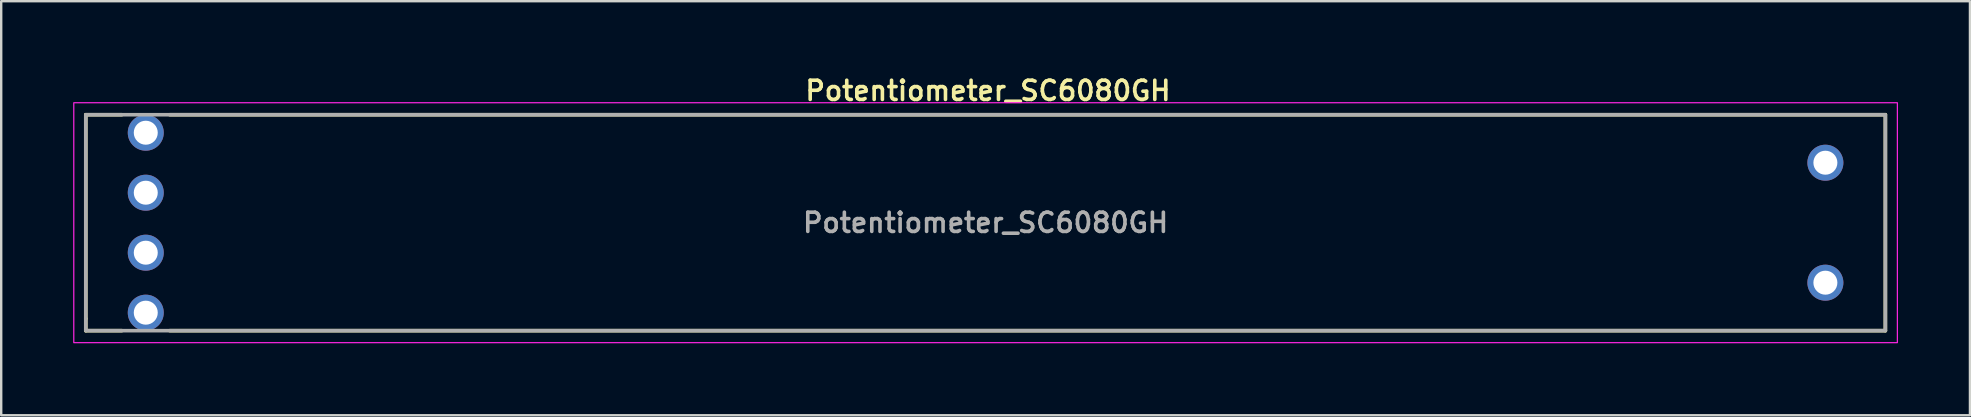
<source format=kicad_pcb>
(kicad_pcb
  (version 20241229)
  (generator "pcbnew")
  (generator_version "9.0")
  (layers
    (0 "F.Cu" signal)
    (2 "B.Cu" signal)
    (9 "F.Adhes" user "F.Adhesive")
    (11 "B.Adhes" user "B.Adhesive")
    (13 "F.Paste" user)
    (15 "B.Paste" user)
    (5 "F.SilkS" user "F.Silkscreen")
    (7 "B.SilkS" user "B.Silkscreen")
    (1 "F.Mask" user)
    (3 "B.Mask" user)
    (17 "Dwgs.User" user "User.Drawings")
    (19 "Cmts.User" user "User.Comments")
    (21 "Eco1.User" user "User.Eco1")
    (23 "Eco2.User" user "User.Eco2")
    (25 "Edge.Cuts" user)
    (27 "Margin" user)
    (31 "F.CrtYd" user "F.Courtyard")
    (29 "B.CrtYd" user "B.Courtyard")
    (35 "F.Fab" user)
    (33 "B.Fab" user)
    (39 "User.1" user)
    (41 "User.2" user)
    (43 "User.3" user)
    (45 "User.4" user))
  (footprint "Potentiometer_SC6080GH"
    (layer "F.Cu")
    (at 38.025 6.231)
    (property "Reference" "Potentiometer_SC6080GH" (at 0.1 -5.5 0) (unlocked yes) (layer "F.SilkS") (effects (font (size 0.8 0.8) (thickness 0.15) (bold yes))))
    (attr through_hole)
    (fp_line (start -37.5 -4.5) (end -37.5 4) (stroke (width 0.15) (type default)) (layer "F.SilkS"))
    (fp_line (start -37.5 4) (end -37.5 4.5) (stroke (width 0.15) (type default)) (layer "F.SilkS"))
    (fp_line (start -37.5 4.5) (end -36 4.5) (stroke (width 0.15) (type default)) (layer "F.SilkS"))
    (fp_line (start -36 -4.5) (end -37.5 -4.5) (stroke (width 0.15) (type default)) (layer "F.SilkS"))
    (fp_line (start -34 4.5) (end 37.5 4.5) (stroke (width 0.15) (type default)) (layer "F.SilkS"))
    (fp_line (start 37.5 -4.5) (end -34 -4.5) (stroke (width 0.15) (type default)) (layer "F.SilkS"))
    (fp_line (start 37.5 4.5) (end 37.5 -4.5) (stroke (width 0.15) (type default)) (layer "F.SilkS"))
    (fp_rect (start -38 -5) (end 38 5) (stroke (width 0.05) (type default)) (fill no) (layer "F.CrtYd"))
    (fp_rect (start -37.5 -4.5) (end 37.5 4.5) (stroke (width 0.15) (type default)) (fill no) (layer "F.Fab"))
    (fp_text user "${REFERENCE}" (at 0 0 0) (unlocked yes) (layer "F.Fab") (effects (font (size 0.8 0.8) (thickness 0.15))))
    (pad "1" thru_hole circle (at -35 -1.25) (size 1.5 1.5) (drill 1) (layers "*.Cu" "*.Mask"))
    (pad "2" thru_hole circle (at -35 -3.75) (size 1.5 1.5) (drill 1) (layers "*.Cu" "*.Mask"))
    (pad "3" thru_hole circle (at 35 -2.5) (size 1.5 1.5) (drill 1) (layers "*.Cu" "*.Mask"))
    (pad "4" thru_hole circle (at -35 3.75) (size 1.5 1.5) (drill 1) (layers "*.Cu" "*.Mask"))
    (pad "5" thru_hole circle (at -35 1.25) (size 1.5 1.5) (drill 1) (layers "*.Cu" "*.Mask"))
    (pad "6" thru_hole circle (at 35 2.5) (size 1.5 1.5) (drill 1) (layers "*.Cu" "*.Mask")))
  (gr_rect
    (start -3 -3)
    (end 79.05 14.256)
    (stroke (width 0.1) (type default))
    (fill no)
    (layer "Edge.Cuts")))
</source>
